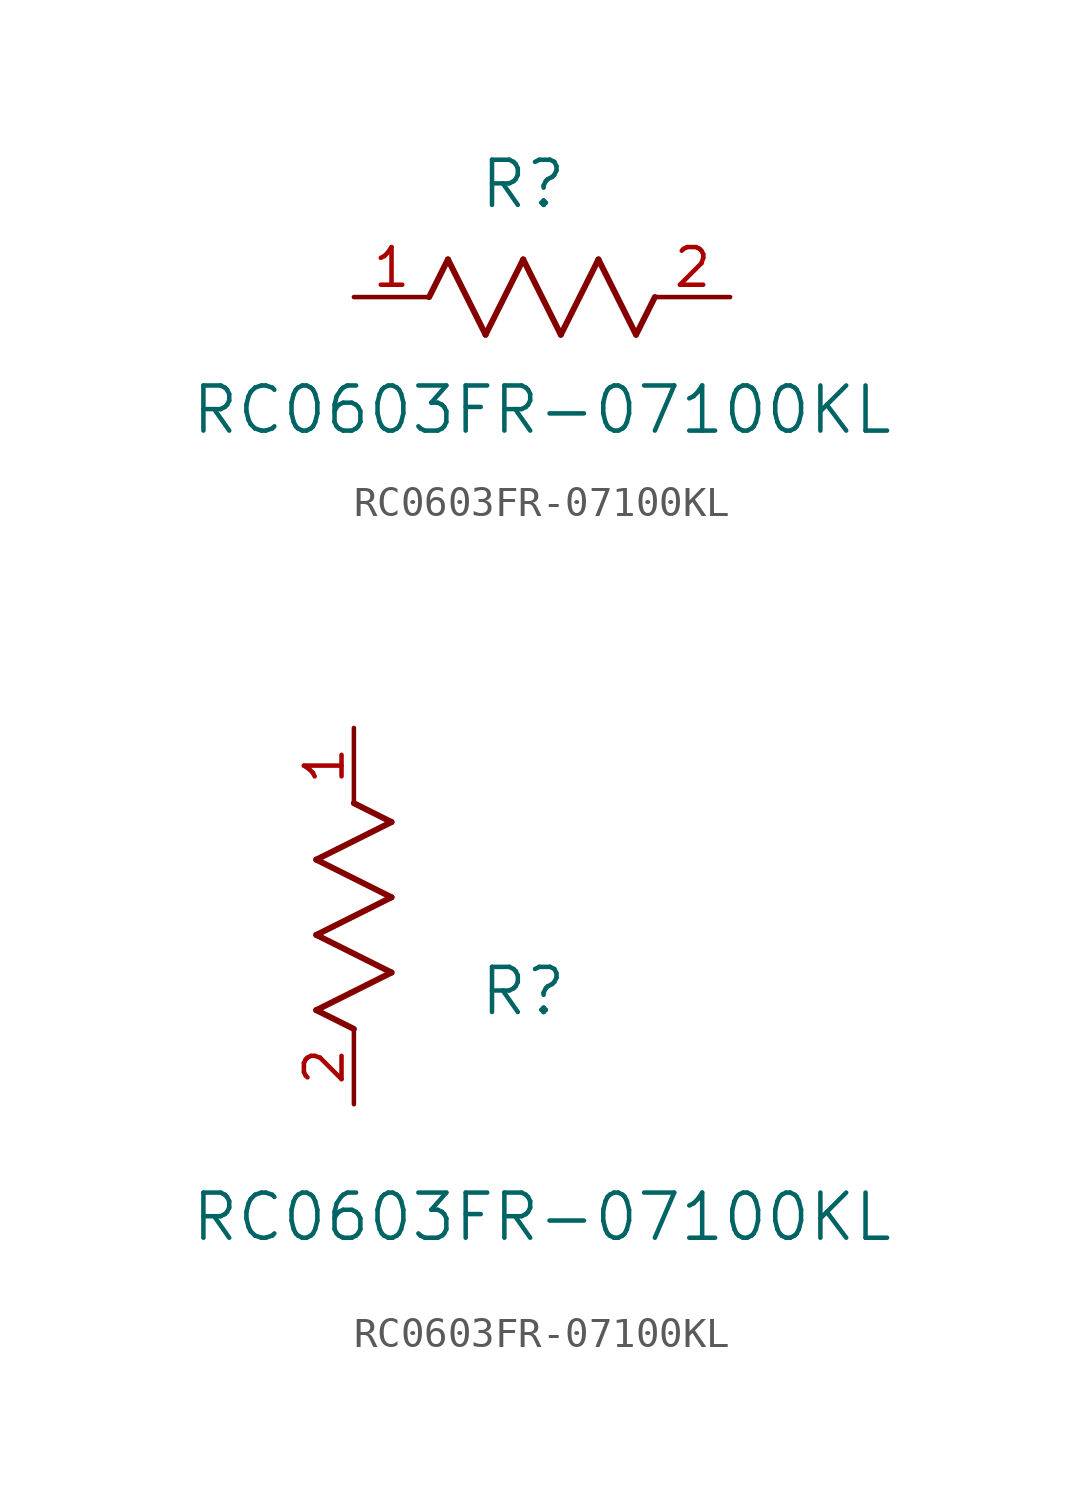
<source format=kicad_sym>
(kicad_symbol_lib
  (version 20211014)
  (generator kicad_symbol_editor)
  (symbol "RC0603FR-07100KL"
    (pin_names
      (offset 0.254))
    (property "Reference" "R"
      (at 5.715 3.81 0)
      (effects (font (size 1.524 1.524))))
    (property "Value" "RC0603FR-07100KL"
      (at 6.35 -3.81 0)
      (effects (font (size 1.524 1.524))))
    (symbol "RC0603FR-07100KL_1_1"
      (polyline (pts (xy 3.175 1.27) (xy 4.445 -1.27)) (stroke (width 0.203) (type default) (color 0 0 0 0)) (fill (type none)))
      (polyline (pts (xy 4.445 -1.27) (xy 5.715 1.27)) (stroke (width 0.203) (type default) (color 0 0 0 0)) (fill (type none)))
      (polyline (pts (xy 5.715 1.27) (xy 6.985 -1.27)) (stroke (width 0.203) (type default) (color 0 0 0 0)) (fill (type none)))
      (polyline (pts (xy 6.985 -1.27) (xy 8.255 1.27)) (stroke (width 0.203) (type default) (color 0 0 0 0)) (fill (type none)))
      (polyline (pts (xy 8.255 1.27) (xy 9.525 -1.27)) (stroke (width 0.203) (type default) (color 0 0 0 0)) (fill (type none)))
      (polyline (pts (xy 2.54 0) (xy 3.175 1.27)) (stroke (width 0.203) (type default) (color 0 0 0 0)) (fill (type none)))
      (polyline (pts (xy 9.525 -1.27) (xy 10.16 0)) (stroke (width 0.203) (type default) (color 0 0 0 0)) (fill (type none)))
      (pin unspecified line (at 0 0 0) (length 2.54) (name "" (effects (font (size 1.27 1.27)))) (number "1" (effects (font (size 1.27 1.27)))))
      (pin unspecified line (at 12.7 0 180) (length 2.54) (name "" (effects (font (size 1.27 1.27)))) (number "2" (effects (font (size 1.27 1.27))))))
    (symbol "RC0603FR-07100KL_1_2"
      (polyline (pts (xy 0 2.54) (xy -1.27 3.175)) (stroke (width 0.203) (type default) (color 0 0 0 0)) (fill (type none)))
      (polyline (pts (xy -1.27 3.175) (xy 1.27 4.445)) (stroke (width 0.203) (type default) (color 0 0 0 0)) (fill (type none)))
      (polyline (pts (xy 1.27 4.445) (xy -1.27 5.715)) (stroke (width 0.203) (type default) (color 0 0 0 0)) (fill (type none)))
      (polyline (pts (xy -1.27 5.715) (xy 1.27 6.985)) (stroke (width 0.203) (type default) (color 0 0 0 0)) (fill (type none)))
      (polyline (pts (xy -1.27 8.255) (xy 1.27 9.525)) (stroke (width 0.203) (type default) (color 0 0 0 0)) (fill (type none)))
      (polyline (pts (xy 1.27 9.525) (xy 0 10.16)) (stroke (width 0.203) (type default) (color 0 0 0 0)) (fill (type none)))
      (polyline (pts (xy 1.27 6.985) (xy -1.27 8.255)) (stroke (width 0.203) (type default) (color 0 0 0 0)) (fill (type none)))
      (pin unspecified line (at 0 12.7 270) (length 2.54) (name "" (effects (font (size 1.27 1.27)))) (number "1" (effects (font (size 1.27 1.27)))))
      (pin unspecified line (at 0 0 90) (length 2.54) (name "" (effects (font (size 1.27 1.27)))) (number "2" (effects (font (size 1.27 1.27))))))))
</source>
